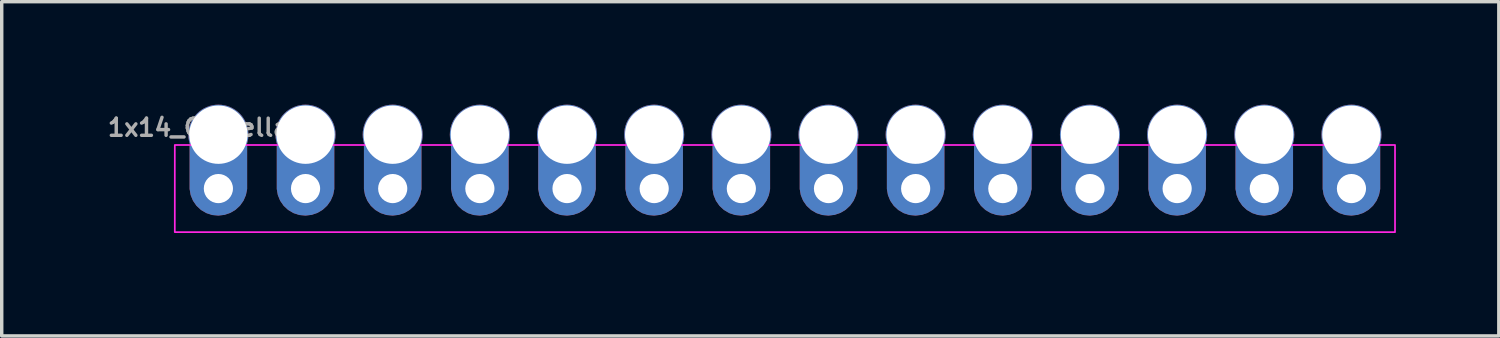
<source format=kicad_pcb>
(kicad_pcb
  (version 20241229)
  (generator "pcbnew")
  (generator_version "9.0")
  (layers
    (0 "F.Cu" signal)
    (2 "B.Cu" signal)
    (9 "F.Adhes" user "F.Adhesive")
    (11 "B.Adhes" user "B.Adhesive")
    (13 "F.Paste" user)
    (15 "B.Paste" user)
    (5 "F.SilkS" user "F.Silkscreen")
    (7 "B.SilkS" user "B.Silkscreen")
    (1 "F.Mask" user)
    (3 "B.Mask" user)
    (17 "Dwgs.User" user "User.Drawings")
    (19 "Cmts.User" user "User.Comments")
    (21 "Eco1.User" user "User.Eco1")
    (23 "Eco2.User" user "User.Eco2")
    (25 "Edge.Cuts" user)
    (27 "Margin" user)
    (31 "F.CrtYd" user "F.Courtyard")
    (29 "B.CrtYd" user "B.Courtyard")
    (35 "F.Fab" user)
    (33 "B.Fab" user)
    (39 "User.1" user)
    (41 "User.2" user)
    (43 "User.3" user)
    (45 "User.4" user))
  (footprint "1x14_Castellated"
    (layer "F.Cu")
    (at 3.314 2.445)
    (property "Reference" "1x14_Castellated" (at 0 -1.778 180) (layer "F.Fab") (effects (font (size 0.5 0.5) (thickness 0.1))))
    (fp_rect (start -1.27 -1.27) (end 34.29 1.27) (stroke (width 0.05) (type default)) (fill no) (layer "F.CrtYd"))
    (fp_rect (start -0.254 -0.254) (end 0.254 0.254) (stroke (width 0.1) (type default)) (fill no) (layer "F.Fab"))
    (fp_rect (start 2.286 -0.254) (end 2.794 0.254) (stroke (width 0.1) (type default)) (fill no) (layer "F.Fab"))
    (fp_rect (start 4.826 -0.254) (end 5.334 0.254) (stroke (width 0.1) (type default)) (fill no) (layer "F.Fab"))
    (fp_rect (start 7.366 -0.254) (end 7.874 0.254) (stroke (width 0.1) (type default)) (fill no) (layer "F.Fab"))
    (fp_rect (start 9.906 -0.254) (end 10.414 0.254) (stroke (width 0.1) (type default)) (fill no) (layer "F.Fab"))
    (fp_rect (start 12.446 -0.254) (end 12.954 0.254) (stroke (width 0.1) (type default)) (fill no) (layer "F.Fab"))
    (fp_rect (start 14.986 -0.254) (end 15.494 0.254) (stroke (width 0.1) (type default)) (fill no) (layer "F.Fab"))
    (fp_rect (start 17.526 -0.254) (end 18.034 0.254) (stroke (width 0.1) (type default)) (fill no) (layer "F.Fab"))
    (fp_rect (start 20.066 -0.254) (end 20.574 0.254) (stroke (width 0.1) (type default)) (fill no) (layer "F.Fab"))
    (fp_rect (start 22.606 -0.254) (end 23.114 0.254) (stroke (width 0.1) (type default)) (fill no) (layer "F.Fab"))
    (fp_rect (start 25.146 -0.254) (end 25.654 0.254) (stroke (width 0.1) (type default)) (fill no) (layer "F.Fab"))
    (fp_rect (start 27.686 -0.254) (end 28.194 0.254) (stroke (width 0.1) (type default)) (fill no) (layer "F.Fab"))
    (fp_rect (start 30.226 -0.254) (end 30.734 0.254) (stroke (width 0.1) (type default)) (fill no) (layer "F.Fab"))
    (fp_rect (start 32.766 -0.254) (end 33.274 0.254) (stroke (width 0.1) (type default)) (fill no) (layer "F.Fab"))
    (pad "1" thru_hole circle (at 0 -1.57 270) (size 1.75 1.75) (drill 1.7) (layers "*.Cu" "*.Mask") (remove_unused_layers yes) (keep_end_layers yes) (zone_layer_connections))
    (pad "1" thru_hole custom (at 0 0 90) (size 1.016 1.016) (drill 0.85) (layers "*.Cu" "*.Mask") (remove_unused_layers yes) (keep_end_layers yes) (zone_layer_connections) (options (anchor circle)) (primitives (gr_poly (pts (xy -0.189 0.803) (xy -0.352 0.733) (xy -0.498 0.63) (xy -0.619 0.499) (xy -0.71 0.346) (xy -0.767 0.177) (xy -0.787 0.001) (xy -0.787 -0.001) (xy -0.771 -0.179) (xy -0.716 -0.349) (xy -0.625 -0.505) (xy -0.504 -0.636) (xy -0.356 -0.739) (xy -0.19 -0.807) (xy -0.014 -0.838) (xy 1.27 -0.838) (xy 1.27 0.838) (xy -0.014 0.838)) (width 0) (fill yes))))
    (pad "2" thru_hole circle (at 2.54 -1.57 270) (size 1.75 1.75) (drill 1.7) (layers "*.Cu" "*.Mask") (remove_unused_layers yes) (keep_end_layers yes) (zone_layer_connections))
    (pad "2" thru_hole custom (at 2.54 0 90) (size 1.016 1.016) (drill 0.85) (layers "*.Cu" "*.Mask") (remove_unused_layers yes) (keep_end_layers yes) (zone_layer_connections) (options (anchor circle)) (primitives (gr_poly (pts (xy -0.189 0.803) (xy -0.352 0.733) (xy -0.498 0.63) (xy -0.619 0.499) (xy -0.71 0.346) (xy -0.767 0.177) (xy -0.787 0.001) (xy -0.787 -0.001) (xy -0.771 -0.179) (xy -0.716 -0.349) (xy -0.625 -0.505) (xy -0.504 -0.636) (xy -0.356 -0.739) (xy -0.19 -0.807) (xy -0.014 -0.838) (xy 1.27 -0.838) (xy 1.27 0.838) (xy -0.014 0.838)) (width 0) (fill yes))))
    (pad "3" thru_hole circle (at 5.08 -1.57 270) (size 1.75 1.75) (drill 1.7) (layers "*.Cu" "*.Mask") (remove_unused_layers yes) (keep_end_layers yes) (zone_layer_connections))
    (pad "3" thru_hole custom (at 5.08 0 90) (size 1.016 1.016) (drill 0.85) (layers "*.Cu" "*.Mask") (remove_unused_layers yes) (keep_end_layers yes) (zone_layer_connections) (options (anchor circle)) (primitives (gr_poly (pts (xy -0.189 0.803) (xy -0.352 0.733) (xy -0.498 0.63) (xy -0.619 0.499) (xy -0.71 0.346) (xy -0.767 0.177) (xy -0.787 0.001) (xy -0.787 -0.001) (xy -0.771 -0.179) (xy -0.716 -0.349) (xy -0.625 -0.505) (xy -0.504 -0.636) (xy -0.356 -0.739) (xy -0.19 -0.807) (xy -0.014 -0.838) (xy 1.27 -0.838) (xy 1.27 0.838) (xy -0.014 0.838)) (width 0) (fill yes))))
    (pad "4" thru_hole circle (at 7.62 -1.57 270) (size 1.75 1.75) (drill 1.7) (layers "*.Cu" "*.Mask") (remove_unused_layers yes) (keep_end_layers yes) (zone_layer_connections))
    (pad "4" thru_hole custom (at 7.62 0 90) (size 1.016 1.016) (drill 0.85) (layers "*.Cu" "*.Mask") (remove_unused_layers yes) (keep_end_layers yes) (zone_layer_connections) (options (anchor circle)) (primitives (gr_poly (pts (xy -0.189 0.803) (xy -0.352 0.733) (xy -0.498 0.63) (xy -0.619 0.499) (xy -0.71 0.346) (xy -0.767 0.177) (xy -0.787 0.001) (xy -0.787 -0.001) (xy -0.771 -0.179) (xy -0.716 -0.349) (xy -0.625 -0.505) (xy -0.504 -0.636) (xy -0.356 -0.739) (xy -0.19 -0.807) (xy -0.014 -0.838) (xy 1.27 -0.838) (xy 1.27 0.838) (xy -0.014 0.838)) (width 0) (fill yes))))
    (pad "5" thru_hole circle (at 10.16 -1.57 270) (size 1.75 1.75) (drill 1.7) (layers "*.Cu" "*.Mask") (remove_unused_layers yes) (keep_end_layers yes) (zone_layer_connections))
    (pad "5" thru_hole custom (at 10.16 0 90) (size 1.016 1.016) (drill 0.85) (layers "*.Cu" "*.Mask") (remove_unused_layers yes) (keep_end_layers yes) (zone_layer_connections) (options (anchor circle)) (primitives (gr_poly (pts (xy -0.189 0.803) (xy -0.352 0.733) (xy -0.498 0.63) (xy -0.619 0.499) (xy -0.71 0.346) (xy -0.767 0.177) (xy -0.787 0.001) (xy -0.787 -0.001) (xy -0.771 -0.179) (xy -0.716 -0.349) (xy -0.625 -0.505) (xy -0.504 -0.636) (xy -0.356 -0.739) (xy -0.19 -0.807) (xy -0.014 -0.838) (xy 1.27 -0.838) (xy 1.27 0.838) (xy -0.014 0.838)) (width 0) (fill yes))))
    (pad "6" thru_hole circle (at 12.7 -1.57 270) (size 1.75 1.75) (drill 1.7) (layers "*.Cu" "*.Mask") (remove_unused_layers yes) (keep_end_layers yes) (zone_layer_connections))
    (pad "6" thru_hole custom (at 12.7 0 90) (size 1.016 1.016) (drill 0.85) (layers "*.Cu" "*.Mask") (remove_unused_layers yes) (keep_end_layers yes) (zone_layer_connections) (options (anchor circle)) (primitives (gr_poly (pts (xy -0.189 0.803) (xy -0.352 0.733) (xy -0.498 0.63) (xy -0.619 0.499) (xy -0.71 0.346) (xy -0.767 0.177) (xy -0.787 0.001) (xy -0.787 -0.001) (xy -0.771 -0.179) (xy -0.716 -0.349) (xy -0.625 -0.505) (xy -0.504 -0.636) (xy -0.356 -0.739) (xy -0.19 -0.807) (xy -0.014 -0.838) (xy 1.27 -0.838) (xy 1.27 0.838) (xy -0.014 0.838)) (width 0) (fill yes))))
    (pad "7" thru_hole circle (at 15.24 -1.57 270) (size 1.75 1.75) (drill 1.7) (layers "*.Cu" "*.Mask") (remove_unused_layers yes) (keep_end_layers yes) (zone_layer_connections))
    (pad "7" thru_hole custom (at 15.24 0 90) (size 1.016 1.016) (drill 0.85) (layers "*.Cu" "*.Mask") (remove_unused_layers yes) (keep_end_layers yes) (zone_layer_connections) (options (anchor circle)) (primitives (gr_poly (pts (xy -0.189 0.803) (xy -0.352 0.733) (xy -0.498 0.63) (xy -0.619 0.499) (xy -0.71 0.346) (xy -0.767 0.177) (xy -0.787 0.001) (xy -0.787 -0.001) (xy -0.771 -0.179) (xy -0.716 -0.349) (xy -0.625 -0.505) (xy -0.504 -0.636) (xy -0.356 -0.739) (xy -0.19 -0.807) (xy -0.014 -0.838) (xy 1.27 -0.838) (xy 1.27 0.838) (xy -0.014 0.838)) (width 0) (fill yes))))
    (pad "8" thru_hole circle (at 17.78 -1.57 270) (size 1.75 1.75) (drill 1.7) (layers "*.Cu" "*.Mask") (remove_unused_layers yes) (keep_end_layers yes) (zone_layer_connections))
    (pad "8" thru_hole custom (at 17.78 0 90) (size 1.016 1.016) (drill 0.85) (layers "*.Cu" "*.Mask") (remove_unused_layers yes) (keep_end_layers yes) (zone_layer_connections) (options (anchor circle)) (primitives (gr_poly (pts (xy -0.189 0.803) (xy -0.352 0.733) (xy -0.498 0.63) (xy -0.619 0.499) (xy -0.71 0.346) (xy -0.767 0.177) (xy -0.787 0.001) (xy -0.787 -0.001) (xy -0.771 -0.179) (xy -0.716 -0.349) (xy -0.625 -0.505) (xy -0.504 -0.636) (xy -0.356 -0.739) (xy -0.19 -0.807) (xy -0.014 -0.838) (xy 1.27 -0.838) (xy 1.27 0.838) (xy -0.014 0.838)) (width 0) (fill yes))))
    (pad "9" thru_hole circle (at 20.32 -1.57 270) (size 1.75 1.75) (drill 1.7) (layers "*.Cu" "*.Mask") (remove_unused_layers yes) (keep_end_layers yes) (zone_layer_connections))
    (pad "9" thru_hole custom (at 20.32 0 90) (size 1.016 1.016) (drill 0.85) (layers "*.Cu" "*.Mask") (remove_unused_layers yes) (keep_end_layers yes) (zone_layer_connections) (options (anchor circle)) (primitives (gr_poly (pts (xy -0.189 0.803) (xy -0.352 0.733) (xy -0.498 0.63) (xy -0.619 0.499) (xy -0.71 0.346) (xy -0.767 0.177) (xy -0.787 0.001) (xy -0.787 -0.001) (xy -0.771 -0.179) (xy -0.716 -0.349) (xy -0.625 -0.505) (xy -0.504 -0.636) (xy -0.356 -0.739) (xy -0.19 -0.807) (xy -0.014 -0.838) (xy 1.27 -0.838) (xy 1.27 0.838) (xy -0.014 0.838)) (width 0) (fill yes))))
    (pad "10" thru_hole circle (at 22.86 -1.57 270) (size 1.75 1.75) (drill 1.7) (layers "*.Cu" "*.Mask") (remove_unused_layers yes) (keep_end_layers yes) (zone_layer_connections))
    (pad "10" thru_hole custom (at 22.86 0 90) (size 1.016 1.016) (drill 0.85) (layers "*.Cu" "*.Mask") (remove_unused_layers yes) (keep_end_layers yes) (zone_layer_connections) (options (anchor circle)) (primitives (gr_poly (pts (xy -0.189 0.803) (xy -0.352 0.733) (xy -0.498 0.63) (xy -0.619 0.499) (xy -0.71 0.346) (xy -0.767 0.177) (xy -0.787 0.001) (xy -0.787 -0.001) (xy -0.771 -0.179) (xy -0.716 -0.349) (xy -0.625 -0.505) (xy -0.504 -0.636) (xy -0.356 -0.739) (xy -0.19 -0.807) (xy -0.014 -0.838) (xy 1.27 -0.838) (xy 1.27 0.838) (xy -0.014 0.838)) (width 0) (fill yes))))
    (pad "11" thru_hole circle (at 25.4 -1.57 270) (size 1.75 1.75) (drill 1.7) (layers "*.Cu" "*.Mask") (remove_unused_layers yes) (keep_end_layers yes) (zone_layer_connections))
    (pad "11" thru_hole custom (at 25.4 0 90) (size 1.016 1.016) (drill 0.85) (layers "*.Cu" "*.Mask") (remove_unused_layers yes) (keep_end_layers yes) (zone_layer_connections) (options (anchor circle)) (primitives (gr_poly (pts (xy -0.189 0.803) (xy -0.352 0.733) (xy -0.498 0.63) (xy -0.619 0.499) (xy -0.71 0.346) (xy -0.767 0.177) (xy -0.787 0.001) (xy -0.787 -0.001) (xy -0.771 -0.179) (xy -0.716 -0.349) (xy -0.625 -0.505) (xy -0.504 -0.636) (xy -0.356 -0.739) (xy -0.19 -0.807) (xy -0.014 -0.838) (xy 1.27 -0.838) (xy 1.27 0.838) (xy -0.014 0.838)) (width 0) (fill yes))))
    (pad "12" thru_hole circle (at 27.94 -1.57 270) (size 1.75 1.75) (drill 1.7) (layers "*.Cu" "*.Mask") (remove_unused_layers yes) (keep_end_layers yes) (zone_layer_connections))
    (pad "12" thru_hole custom (at 27.94 0 90) (size 1.016 1.016) (drill 0.85) (layers "*.Cu" "*.Mask") (remove_unused_layers yes) (keep_end_layers yes) (zone_layer_connections) (options (anchor circle)) (primitives (gr_poly (pts (xy -0.189 0.803) (xy -0.352 0.733) (xy -0.498 0.63) (xy -0.619 0.499) (xy -0.71 0.346) (xy -0.767 0.177) (xy -0.787 0.001) (xy -0.787 -0.001) (xy -0.771 -0.179) (xy -0.716 -0.349) (xy -0.625 -0.505) (xy -0.504 -0.636) (xy -0.356 -0.739) (xy -0.19 -0.807) (xy -0.014 -0.838) (xy 1.27 -0.838) (xy 1.27 0.838) (xy -0.014 0.838)) (width 0) (fill yes))))
    (pad "13" thru_hole circle (at 30.48 -1.57 270) (size 1.75 1.75) (drill 1.7) (layers "*.Cu" "*.Mask") (remove_unused_layers yes) (keep_end_layers yes) (zone_layer_connections))
    (pad "13" thru_hole custom (at 30.48 0 90) (size 1.016 1.016) (drill 0.85) (layers "*.Cu" "*.Mask") (remove_unused_layers yes) (keep_end_layers yes) (zone_layer_connections) (options (anchor circle)) (primitives (gr_poly (pts (xy -0.189 0.803) (xy -0.352 0.733) (xy -0.498 0.63) (xy -0.619 0.499) (xy -0.71 0.346) (xy -0.767 0.177) (xy -0.787 0.001) (xy -0.787 -0.001) (xy -0.771 -0.179) (xy -0.716 -0.349) (xy -0.625 -0.505) (xy -0.504 -0.636) (xy -0.356 -0.739) (xy -0.19 -0.807) (xy -0.014 -0.838) (xy 1.27 -0.838) (xy 1.27 0.838) (xy -0.014 0.838)) (width 0) (fill yes))))
    (pad "14" thru_hole circle (at 33.02 -1.57 270) (size 1.75 1.75) (drill 1.7) (layers "*.Cu" "*.Mask") (remove_unused_layers yes) (keep_end_layers yes) (zone_layer_connections))
    (pad "14" thru_hole custom (at 33.02 0 90) (size 1.016 1.016) (drill 0.85) (layers "*.Cu" "*.Mask") (remove_unused_layers yes) (keep_end_layers yes) (zone_layer_connections) (options (anchor circle)) (primitives (gr_poly (pts (xy -0.189 0.803) (xy -0.352 0.733) (xy -0.498 0.63) (xy -0.619 0.499) (xy -0.71 0.346) (xy -0.767 0.177) (xy -0.787 0.001) (xy -0.787 -0.001) (xy -0.771 -0.179) (xy -0.716 -0.349) (xy -0.625 -0.505) (xy -0.504 -0.636) (xy -0.356 -0.739) (xy -0.19 -0.807) (xy -0.014 -0.838) (xy 1.27 -0.838) (xy 1.27 0.838) (xy -0.014 0.838)) (width 0) (fill yes)))))
  (gr_rect
    (start -3 -3)
    (end 40.629 6.74)
    (stroke (width 0.1) (type default))
    (fill no)
    (layer "Edge.Cuts")))
</source>
